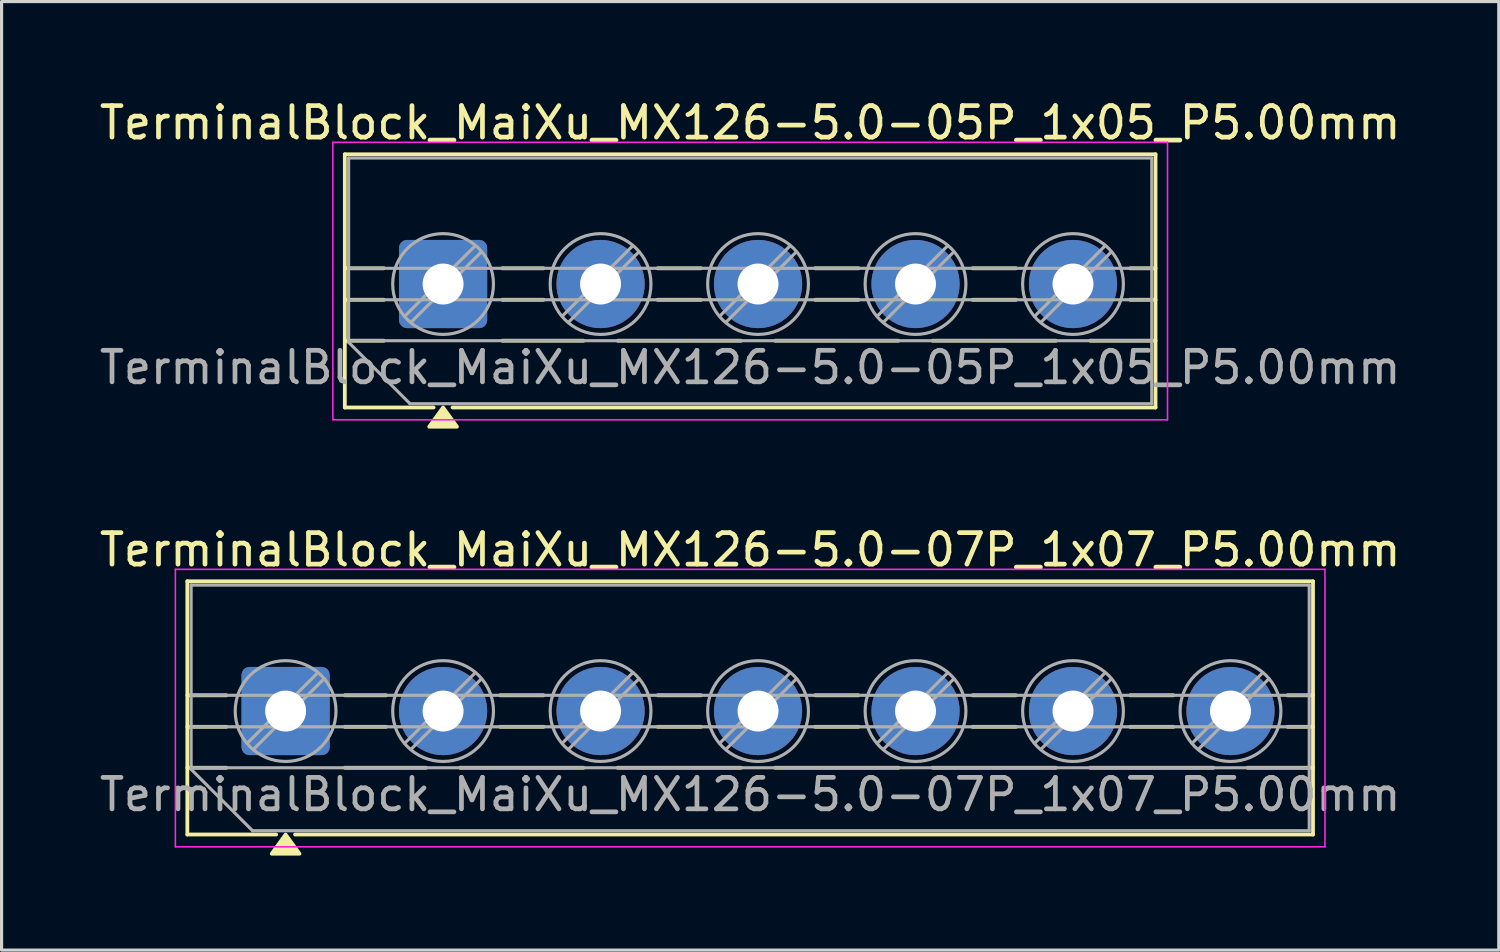
<source format=kicad_pcb>
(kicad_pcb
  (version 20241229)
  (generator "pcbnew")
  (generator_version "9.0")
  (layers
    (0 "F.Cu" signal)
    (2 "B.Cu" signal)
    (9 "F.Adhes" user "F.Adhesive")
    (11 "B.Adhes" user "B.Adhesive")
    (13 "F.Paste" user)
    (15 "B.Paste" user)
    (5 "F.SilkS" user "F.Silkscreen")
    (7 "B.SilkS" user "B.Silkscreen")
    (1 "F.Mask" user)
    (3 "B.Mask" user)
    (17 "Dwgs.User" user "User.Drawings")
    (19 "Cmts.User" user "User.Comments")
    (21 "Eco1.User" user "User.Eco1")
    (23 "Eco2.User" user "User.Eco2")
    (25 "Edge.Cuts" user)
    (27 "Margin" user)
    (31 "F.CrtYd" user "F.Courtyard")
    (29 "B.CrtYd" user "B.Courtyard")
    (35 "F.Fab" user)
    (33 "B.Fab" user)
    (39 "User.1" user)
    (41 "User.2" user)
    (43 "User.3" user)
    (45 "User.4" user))
  (footprint "TerminalBlock_MaiXu_MX126-5.0-05P_1x05_P5.00mm"
    (layer "F.Cu")
    (at 11.018 5.968)
    (property "Reference" "TerminalBlock_MaiXu_MX126-5.0-05P_1x05_P5.00mm" (at 9.75 -5.12 0) (layer "F.SilkS") (effects (font (size 1 1) (thickness 0.15))))
    (attr through_hole)
    (fp_line (start -3.12 -4.12) (end -3.12 3.92) (stroke (width 0.12) (type solid)) (layer "F.SilkS"))
    (fp_line (start -3.12 -4.12) (end 22.62 -4.12) (stroke (width 0.12) (type solid)) (layer "F.SilkS"))
    (fp_line (start -3.12 -0.5) (end -1.88 -0.5) (stroke (width 0.12) (type solid)) (layer "F.SilkS"))
    (fp_line (start -3.12 0.5) (end -1.88 0.5) (stroke (width 0.12) (type solid)) (layer "F.SilkS"))
    (fp_line (start -3.12 1.8) (end -1.88 1.8) (stroke (width 0.12) (type solid)) (layer "F.SilkS"))
    (fp_line (start -3.12 3.92) (end -0.3 3.92) (stroke (width 0.12) (type solid)) (layer "F.SilkS"))
    (fp_line (start 0.3 3.92) (end 22.62 3.92) (stroke (width 0.12) (type solid)) (layer "F.SilkS"))
    (fp_line (start 1.88 -0.5) (end 3.188 -0.5) (stroke (width 0.12) (type solid)) (layer "F.SilkS"))
    (fp_line (start 1.88 0.5) (end 3.188 0.5) (stroke (width 0.12) (type solid)) (layer "F.SilkS"))
    (fp_line (start 1.88 1.8) (end 4.457 1.8) (stroke (width 0.12) (type solid)) (layer "F.SilkS"))
    (fp_line (start 5.543 1.8) (end 9.457 1.8) (stroke (width 0.12) (type solid)) (layer "F.SilkS"))
    (fp_line (start 6.812 -0.5) (end 8.188 -0.5) (stroke (width 0.12) (type solid)) (layer "F.SilkS"))
    (fp_line (start 6.812 0.5) (end 8.188 0.5) (stroke (width 0.12) (type solid)) (layer "F.SilkS"))
    (fp_line (start 10.543 1.8) (end 14.457 1.8) (stroke (width 0.12) (type solid)) (layer "F.SilkS"))
    (fp_line (start 11.812 -0.5) (end 13.188 -0.5) (stroke (width 0.12) (type solid)) (layer "F.SilkS"))
    (fp_line (start 11.812 0.5) (end 13.188 0.5) (stroke (width 0.12) (type solid)) (layer "F.SilkS"))
    (fp_line (start 15.543 1.8) (end 19.457 1.8) (stroke (width 0.12) (type solid)) (layer "F.SilkS"))
    (fp_line (start 16.812 -0.5) (end 18.188 -0.5) (stroke (width 0.12) (type solid)) (layer "F.SilkS"))
    (fp_line (start 16.812 0.5) (end 18.188 0.5) (stroke (width 0.12) (type solid)) (layer "F.SilkS"))
    (fp_line (start 20.543 1.8) (end 22.62 1.8) (stroke (width 0.12) (type solid)) (layer "F.SilkS"))
    (fp_line (start 21.812 -0.5) (end 22.62 -0.5) (stroke (width 0.12) (type solid)) (layer "F.SilkS"))
    (fp_line (start 21.812 0.5) (end 22.62 0.5) (stroke (width 0.12) (type solid)) (layer "F.SilkS"))
    (fp_line (start 22.62 -4.12) (end 22.62 3.92) (stroke (width 0.12) (type solid)) (layer "F.SilkS"))
    (fp_poly (pts (xy 0 3.92) (xy 0.44 4.53) (xy -0.44 4.53)) (stroke (width 0.12) (type solid)) (fill yes) (layer "F.SilkS"))
    (fp_line (start -3.5 -4.5) (end -3.5 4.31) (stroke (width 0.05) (type solid)) (layer "F.CrtYd"))
    (fp_line (start -3.5 4.31) (end 23 4.31) (stroke (width 0.05) (type solid)) (layer "F.CrtYd"))
    (fp_line (start 23 -4.5) (end -3.5 -4.5) (stroke (width 0.05) (type solid)) (layer "F.CrtYd"))
    (fp_line (start 23 4.31) (end 23 -4.5) (stroke (width 0.05) (type solid)) (layer "F.CrtYd"))
    (fp_line (start -3 -4) (end 22.5 -4) (stroke (width 0.1) (type solid)) (layer "F.Fab"))
    (fp_line (start -3 -0.5) (end 22.5 -0.5) (stroke (width 0.1) (type solid)) (layer "F.Fab"))
    (fp_line (start -3 0.5) (end 22.5 0.5) (stroke (width 0.1) (type solid)) (layer "F.Fab"))
    (fp_line (start -3 1.8) (end 22.5 1.8) (stroke (width 0.1) (type solid)) (layer "F.Fab"))
    (fp_line (start -3 1.85) (end -3 -4) (stroke (width 0.1) (type solid)) (layer "F.Fab"))
    (fp_line (start -1.05 3.8) (end -3 1.85) (stroke (width 0.1) (type solid)) (layer "F.Fab"))
    (fp_line (start 1.018 -1.213) (end -1.214 1.018) (stroke (width 0.1) (type solid)) (layer "F.Fab"))
    (fp_line (start 1.213 -1.018) (end -1.018 1.213) (stroke (width 0.1) (type solid)) (layer "F.Fab"))
    (fp_line (start 6.018 -1.213) (end 3.786 1.018) (stroke (width 0.1) (type solid)) (layer "F.Fab"))
    (fp_line (start 6.213 -1.018) (end 3.982 1.213) (stroke (width 0.1) (type solid)) (layer "F.Fab"))
    (fp_line (start 11.018 -1.213) (end 8.786 1.018) (stroke (width 0.1) (type solid)) (layer "F.Fab"))
    (fp_line (start 11.213 -1.018) (end 8.982 1.213) (stroke (width 0.1) (type solid)) (layer "F.Fab"))
    (fp_line (start 16.018 -1.213) (end 13.786 1.018) (stroke (width 0.1) (type solid)) (layer "F.Fab"))
    (fp_line (start 16.213 -1.018) (end 13.982 1.213) (stroke (width 0.1) (type solid)) (layer "F.Fab"))
    (fp_line (start 21.018 -1.213) (end 18.786 1.018) (stroke (width 0.1) (type solid)) (layer "F.Fab"))
    (fp_line (start 21.213 -1.018) (end 18.982 1.213) (stroke (width 0.1) (type solid)) (layer "F.Fab"))
    (fp_line (start 22.5 -4) (end 22.5 3.8) (stroke (width 0.1) (type solid)) (layer "F.Fab"))
    (fp_line (start 22.5 3.8) (end -1.05 3.8) (stroke (width 0.1) (type solid)) (layer "F.Fab"))
    (fp_circle (center 0 0) (end 1.6 0) (stroke (width 0.1) (type solid)) (fill no) (layer "F.Fab"))
    (fp_circle (center 5 0) (end 6.6 0) (stroke (width 0.1) (type solid)) (fill no) (layer "F.Fab"))
    (fp_circle (center 10 0) (end 11.6 0) (stroke (width 0.1) (type solid)) (fill no) (layer "F.Fab"))
    (fp_circle (center 15 0) (end 16.6 0) (stroke (width 0.1) (type solid)) (fill no) (layer "F.Fab"))
    (fp_circle (center 20 0) (end 21.6 0) (stroke (width 0.1) (type solid)) (fill no) (layer "F.Fab"))
    (fp_text user "${REFERENCE}" (at 9.75 2.65 0) (layer "F.Fab") (effects (font (size 1 1) (thickness 0.15))))
    (pad "1" thru_hole roundrect (at 0 0) (size 2.8 2.8) (drill 1.3) (layers "*.Cu" "*.Mask") (roundrect_rratio 0.089))
    (pad "2" thru_hole circle (at 5 0) (size 2.8 2.8) (drill 1.3) (layers "*.Cu" "*.Mask"))
    (pad "3" thru_hole circle (at 10 0) (size 2.8 2.8) (drill 1.3) (layers "*.Cu" "*.Mask"))
    (pad "4" thru_hole circle (at 15 0) (size 2.8 2.8) (drill 1.3) (layers "*.Cu" "*.Mask"))
    (pad "5" thru_hole circle (at 20 0) (size 2.8 2.8) (drill 1.3) (layers "*.Cu" "*.Mask")))
  (footprint "TerminalBlock_MaiXu_MX126-5.0-07P_1x07_P5.00mm"
    (layer "F.Cu")
    (at 6.018 19.526)
    (property "Reference" "TerminalBlock_MaiXu_MX126-5.0-07P_1x07_P5.00mm" (at 14.75 -5.12 0) (layer "F.SilkS") (effects (font (size 1 1) (thickness 0.15))))
    (attr through_hole)
    (fp_line (start -3.12 -4.12) (end -3.12 3.92) (stroke (width 0.12) (type solid)) (layer "F.SilkS"))
    (fp_line (start -3.12 -4.12) (end 32.62 -4.12) (stroke (width 0.12) (type solid)) (layer "F.SilkS"))
    (fp_line (start -3.12 -0.5) (end -1.88 -0.5) (stroke (width 0.12) (type solid)) (layer "F.SilkS"))
    (fp_line (start -3.12 0.5) (end -1.88 0.5) (stroke (width 0.12) (type solid)) (layer "F.SilkS"))
    (fp_line (start -3.12 1.8) (end -1.88 1.8) (stroke (width 0.12) (type solid)) (layer "F.SilkS"))
    (fp_line (start -3.12 3.92) (end -0.3 3.92) (stroke (width 0.12) (type solid)) (layer "F.SilkS"))
    (fp_line (start 0.3 3.92) (end 32.62 3.92) (stroke (width 0.12) (type solid)) (layer "F.SilkS"))
    (fp_line (start 1.88 -0.5) (end 3.188 -0.5) (stroke (width 0.12) (type solid)) (layer "F.SilkS"))
    (fp_line (start 1.88 0.5) (end 3.188 0.5) (stroke (width 0.12) (type solid)) (layer "F.SilkS"))
    (fp_line (start 1.88 1.8) (end 4.457 1.8) (stroke (width 0.12) (type solid)) (layer "F.SilkS"))
    (fp_line (start 5.543 1.8) (end 9.457 1.8) (stroke (width 0.12) (type solid)) (layer "F.SilkS"))
    (fp_line (start 6.812 -0.5) (end 8.188 -0.5) (stroke (width 0.12) (type solid)) (layer "F.SilkS"))
    (fp_line (start 6.812 0.5) (end 8.188 0.5) (stroke (width 0.12) (type solid)) (layer "F.SilkS"))
    (fp_line (start 10.543 1.8) (end 14.457 1.8) (stroke (width 0.12) (type solid)) (layer "F.SilkS"))
    (fp_line (start 11.812 -0.5) (end 13.188 -0.5) (stroke (width 0.12) (type solid)) (layer "F.SilkS"))
    (fp_line (start 11.812 0.5) (end 13.188 0.5) (stroke (width 0.12) (type solid)) (layer "F.SilkS"))
    (fp_line (start 15.543 1.8) (end 19.457 1.8) (stroke (width 0.12) (type solid)) (layer "F.SilkS"))
    (fp_line (start 16.812 -0.5) (end 18.188 -0.5) (stroke (width 0.12) (type solid)) (layer "F.SilkS"))
    (fp_line (start 16.812 0.5) (end 18.188 0.5) (stroke (width 0.12) (type solid)) (layer "F.SilkS"))
    (fp_line (start 20.543 1.8) (end 24.457 1.8) (stroke (width 0.12) (type solid)) (layer "F.SilkS"))
    (fp_line (start 21.812 -0.5) (end 23.188 -0.5) (stroke (width 0.12) (type solid)) (layer "F.SilkS"))
    (fp_line (start 21.812 0.5) (end 23.188 0.5) (stroke (width 0.12) (type solid)) (layer "F.SilkS"))
    (fp_line (start 25.543 1.8) (end 29.457 1.8) (stroke (width 0.12) (type solid)) (layer "F.SilkS"))
    (fp_line (start 26.812 -0.5) (end 28.188 -0.5) (stroke (width 0.12) (type solid)) (layer "F.SilkS"))
    (fp_line (start 26.812 0.5) (end 28.188 0.5) (stroke (width 0.12) (type solid)) (layer "F.SilkS"))
    (fp_line (start 30.543 1.8) (end 32.62 1.8) (stroke (width 0.12) (type solid)) (layer "F.SilkS"))
    (fp_line (start 31.812 -0.5) (end 32.62 -0.5) (stroke (width 0.12) (type solid)) (layer "F.SilkS"))
    (fp_line (start 31.812 0.5) (end 32.62 0.5) (stroke (width 0.12) (type solid)) (layer "F.SilkS"))
    (fp_line (start 32.62 -4.12) (end 32.62 3.92) (stroke (width 0.12) (type solid)) (layer "F.SilkS"))
    (fp_poly (pts (xy 0 3.92) (xy 0.44 4.53) (xy -0.44 4.53)) (stroke (width 0.12) (type solid)) (fill yes) (layer "F.SilkS"))
    (fp_line (start -3.5 -4.5) (end -3.5 4.31) (stroke (width 0.05) (type solid)) (layer "F.CrtYd"))
    (fp_line (start -3.5 4.31) (end 33 4.31) (stroke (width 0.05) (type solid)) (layer "F.CrtYd"))
    (fp_line (start 33 -4.5) (end -3.5 -4.5) (stroke (width 0.05) (type solid)) (layer "F.CrtYd"))
    (fp_line (start 33 4.31) (end 33 -4.5) (stroke (width 0.05) (type solid)) (layer "F.CrtYd"))
    (fp_line (start -3 -4) (end 32.5 -4) (stroke (width 0.1) (type solid)) (layer "F.Fab"))
    (fp_line (start -3 -0.5) (end 32.5 -0.5) (stroke (width 0.1) (type solid)) (layer "F.Fab"))
    (fp_line (start -3 0.5) (end 32.5 0.5) (stroke (width 0.1) (type solid)) (layer "F.Fab"))
    (fp_line (start -3 1.8) (end 32.5 1.8) (stroke (width 0.1) (type solid)) (layer "F.Fab"))
    (fp_line (start -3 1.85) (end -3 -4) (stroke (width 0.1) (type solid)) (layer "F.Fab"))
    (fp_line (start -1.05 3.8) (end -3 1.85) (stroke (width 0.1) (type solid)) (layer "F.Fab"))
    (fp_line (start 1.018 -1.213) (end -1.214 1.018) (stroke (width 0.1) (type solid)) (layer "F.Fab"))
    (fp_line (start 1.213 -1.018) (end -1.018 1.213) (stroke (width 0.1) (type solid)) (layer "F.Fab"))
    (fp_line (start 6.018 -1.213) (end 3.786 1.018) (stroke (width 0.1) (type solid)) (layer "F.Fab"))
    (fp_line (start 6.213 -1.018) (end 3.982 1.213) (stroke (width 0.1) (type solid)) (layer "F.Fab"))
    (fp_line (start 11.018 -1.213) (end 8.786 1.018) (stroke (width 0.1) (type solid)) (layer "F.Fab"))
    (fp_line (start 11.213 -1.018) (end 8.982 1.213) (stroke (width 0.1) (type solid)) (layer "F.Fab"))
    (fp_line (start 16.018 -1.213) (end 13.786 1.018) (stroke (width 0.1) (type solid)) (layer "F.Fab"))
    (fp_line (start 16.213 -1.018) (end 13.982 1.213) (stroke (width 0.1) (type solid)) (layer "F.Fab"))
    (fp_line (start 21.018 -1.213) (end 18.786 1.018) (stroke (width 0.1) (type solid)) (layer "F.Fab"))
    (fp_line (start 21.213 -1.018) (end 18.982 1.213) (stroke (width 0.1) (type solid)) (layer "F.Fab"))
    (fp_line (start 26.018 -1.213) (end 23.786 1.018) (stroke (width 0.1) (type solid)) (layer "F.Fab"))
    (fp_line (start 26.213 -1.018) (end 23.982 1.213) (stroke (width 0.1) (type solid)) (layer "F.Fab"))
    (fp_line (start 31.018 -1.213) (end 28.786 1.018) (stroke (width 0.1) (type solid)) (layer "F.Fab"))
    (fp_line (start 31.213 -1.018) (end 28.982 1.213) (stroke (width 0.1) (type solid)) (layer "F.Fab"))
    (fp_line (start 32.5 -4) (end 32.5 3.8) (stroke (width 0.1) (type solid)) (layer "F.Fab"))
    (fp_line (start 32.5 3.8) (end -1.05 3.8) (stroke (width 0.1) (type solid)) (layer "F.Fab"))
    (fp_circle (center 0 0) (end 1.6 0) (stroke (width 0.1) (type solid)) (fill no) (layer "F.Fab"))
    (fp_circle (center 5 0) (end 6.6 0) (stroke (width 0.1) (type solid)) (fill no) (layer "F.Fab"))
    (fp_circle (center 10 0) (end 11.6 0) (stroke (width 0.1) (type solid)) (fill no) (layer "F.Fab"))
    (fp_circle (center 15 0) (end 16.6 0) (stroke (width 0.1) (type solid)) (fill no) (layer "F.Fab"))
    (fp_circle (center 20 0) (end 21.6 0) (stroke (width 0.1) (type solid)) (fill no) (layer "F.Fab"))
    (fp_circle (center 25 0) (end 26.6 0) (stroke (width 0.1) (type solid)) (fill no) (layer "F.Fab"))
    (fp_circle (center 30 0) (end 31.6 0) (stroke (width 0.1) (type solid)) (fill no) (layer "F.Fab"))
    (fp_text user "${REFERENCE}" (at 14.75 2.65 0) (layer "F.Fab") (effects (font (size 1 1) (thickness 0.15))))
    (pad "1" thru_hole roundrect (at 0 0) (size 2.8 2.8) (drill 1.3) (layers "*.Cu" "*.Mask") (roundrect_rratio 0.089))
    (pad "2" thru_hole circle (at 5 0) (size 2.8 2.8) (drill 1.3) (layers "*.Cu" "*.Mask"))
    (pad "3" thru_hole circle (at 10 0) (size 2.8 2.8) (drill 1.3) (layers "*.Cu" "*.Mask"))
    (pad "4" thru_hole circle (at 15 0) (size 2.8 2.8) (drill 1.3) (layers "*.Cu" "*.Mask"))
    (pad "5" thru_hole circle (at 20 0) (size 2.8 2.8) (drill 1.3) (layers "*.Cu" "*.Mask"))
    (pad "6" thru_hole circle (at 25 0) (size 2.8 2.8) (drill 1.3) (layers "*.Cu" "*.Mask"))
    (pad "7" thru_hole circle (at 30 0) (size 2.8 2.8) (drill 1.3) (layers "*.Cu" "*.Mask")))
  (gr_rect
    (start -3 -3)
    (end 44.536 27.116)
    (stroke (width 0.1) (type default))
    (fill no)
    (layer "Edge.Cuts")))
</source>
